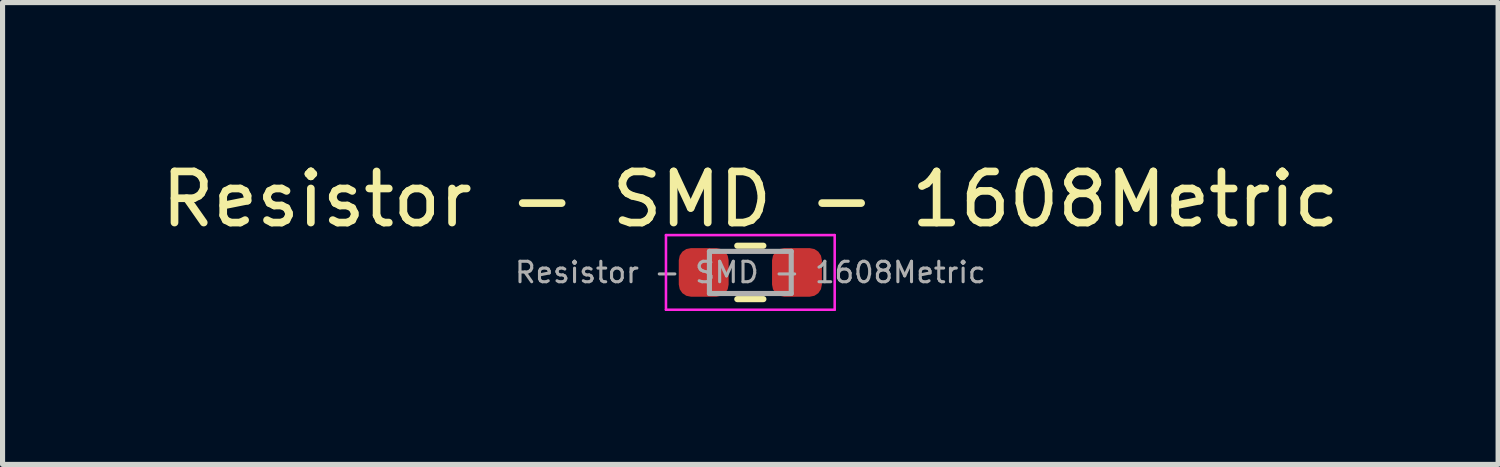
<source format=kicad_pcb>
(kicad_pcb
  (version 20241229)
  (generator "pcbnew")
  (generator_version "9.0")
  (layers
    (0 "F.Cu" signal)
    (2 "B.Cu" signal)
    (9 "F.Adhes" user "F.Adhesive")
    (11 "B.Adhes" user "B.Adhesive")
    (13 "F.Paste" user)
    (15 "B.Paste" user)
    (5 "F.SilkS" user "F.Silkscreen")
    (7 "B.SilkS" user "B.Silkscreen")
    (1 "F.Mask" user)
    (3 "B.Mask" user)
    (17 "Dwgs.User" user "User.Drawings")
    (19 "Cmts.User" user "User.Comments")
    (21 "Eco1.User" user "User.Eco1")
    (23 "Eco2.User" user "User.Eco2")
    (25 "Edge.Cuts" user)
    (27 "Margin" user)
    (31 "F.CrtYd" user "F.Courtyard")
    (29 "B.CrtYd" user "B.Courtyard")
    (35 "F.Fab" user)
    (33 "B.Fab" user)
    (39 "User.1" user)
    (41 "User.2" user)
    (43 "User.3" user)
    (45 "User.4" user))
  (footprint "Resistor - SMD - 1608Metric"
    (layer "F.Cu")
    (at 11.625 2.278)
    (property "Reference" "Resistor - SMD - 1608Metric" (at 0 -1.43 0) (layer "F.SilkS") (effects (font (size 1 1) (thickness 0.15))))
    (attr smd)
    (fp_line (start -0.255 -0.522) (end 0.255 -0.522) (stroke (width 0.12) (type solid)) (layer "F.SilkS"))
    (fp_line (start -0.255 0.522) (end 0.255 0.522) (stroke (width 0.12) (type solid)) (layer "F.SilkS"))
    (fp_line (start -1.65 -0.73) (end 1.65 -0.73) (stroke (width 0.05) (type solid)) (layer "F.CrtYd"))
    (fp_line (start -1.65 0.73) (end -1.65 -0.73) (stroke (width 0.05) (type solid)) (layer "F.CrtYd"))
    (fp_line (start 1.65 -0.73) (end 1.65 0.73) (stroke (width 0.05) (type solid)) (layer "F.CrtYd"))
    (fp_line (start 1.65 0.73) (end -1.65 0.73) (stroke (width 0.05) (type solid)) (layer "F.CrtYd"))
    (fp_line (start -0.8 -0.412) (end 0.8 -0.412) (stroke (width 0.1) (type solid)) (layer "F.Fab"))
    (fp_line (start -0.8 0.412) (end -0.8 -0.412) (stroke (width 0.1) (type solid)) (layer "F.Fab"))
    (fp_line (start 0.8 -0.412) (end 0.8 0.412) (stroke (width 0.1) (type solid)) (layer "F.Fab"))
    (fp_line (start 0.8 0.412) (end -0.8 0.412) (stroke (width 0.1) (type solid)) (layer "F.Fab"))
    (fp_text user "${REFERENCE}" (at 0 0 0) (layer "F.Fab") (effects (font (size 0.4 0.4) (thickness 0.06))))
    (pad "1" smd roundrect (at -0.912 0) (size 0.975 0.95) (layers "F.Cu" "F.Mask" "F.Paste") (roundrect_rratio 0.25))
    (pad "2" smd roundrect (at 0.912 0) (size 0.975 0.95) (layers "F.Cu" "F.Mask" "F.Paste") (roundrect_rratio 0.25)))
  (gr_rect
    (start -3 -3)
    (end 26.25 6.033)
    (stroke (width 0.1) (type default))
    (fill no)
    (layer "Edge.Cuts")))
</source>
